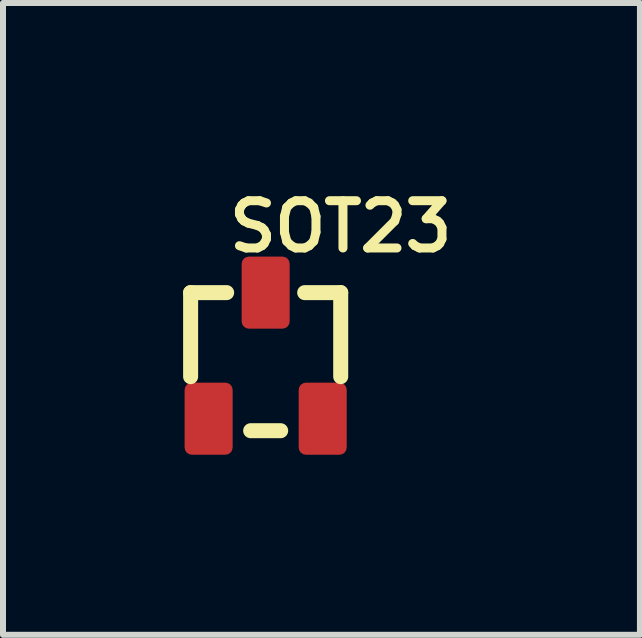
<source format=kicad_pcb>
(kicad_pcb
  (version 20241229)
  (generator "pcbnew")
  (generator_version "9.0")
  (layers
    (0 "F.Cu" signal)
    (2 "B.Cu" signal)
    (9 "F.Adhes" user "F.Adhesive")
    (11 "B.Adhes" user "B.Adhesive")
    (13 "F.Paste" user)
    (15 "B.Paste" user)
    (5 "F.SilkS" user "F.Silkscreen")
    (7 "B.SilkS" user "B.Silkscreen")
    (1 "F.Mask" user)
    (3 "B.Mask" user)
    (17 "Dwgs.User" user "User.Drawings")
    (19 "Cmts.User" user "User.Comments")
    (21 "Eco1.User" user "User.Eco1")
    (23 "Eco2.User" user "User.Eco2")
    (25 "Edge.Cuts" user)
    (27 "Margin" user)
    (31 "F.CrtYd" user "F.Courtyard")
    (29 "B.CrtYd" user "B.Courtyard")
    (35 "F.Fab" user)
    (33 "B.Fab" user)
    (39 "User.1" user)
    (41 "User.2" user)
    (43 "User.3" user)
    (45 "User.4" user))
  (footprint "SOT23"
    (layer "F.Cu")
    (at 0.425 3.924)
    (property "Reference" "SOT23" (at 2.2 -3.2 0) (layer "F.SilkS") (effects (font (size 0.787 0.787) (thickness 0.15))))
    (attr smd)
    (fp_line (start -0.3 -2.1) (end -0.3 -0.7) (stroke (width 0.25) (type solid)) (layer "F.SilkS"))
    (fp_line (start 0.3 -2.1) (end -0.3 -2.1) (stroke (width 0.25) (type solid)) (layer "F.SilkS"))
    (fp_line (start 0.7 0.2) (end 1.2 0.2) (stroke (width 0.25) (type solid)) (layer "F.SilkS"))
    (fp_line (start 1.6 -2.1) (end 2.2 -2.1) (stroke (width 0.25) (type solid)) (layer "F.SilkS"))
    (fp_line (start 2.2 -2.1) (end 2.2 -0.7) (stroke (width 0.25) (type solid)) (layer "F.SilkS"))
    (pad "D" smd roundrect (at 0.95 -2.1) (size 0.8 1.2) (layers "F.Cu" "F.Mask" "F.Paste") (roundrect_rratio 0.15))
    (pad "G" smd roundrect (at 0 0) (size 0.8 1.2) (layers "F.Cu" "F.Mask" "F.Paste") (roundrect_rratio 0.15))
    (pad "S" smd roundrect (at 1.9 0) (size 0.8 1.2) (layers "F.Cu" "F.Mask" "F.Paste") (roundrect_rratio 0.15)))
  (gr_rect
    (start -3 -3)
    (end 7.609 7.524)
    (stroke (width 0.1) (type default))
    (fill no)
    (layer "Edge.Cuts")))
</source>
